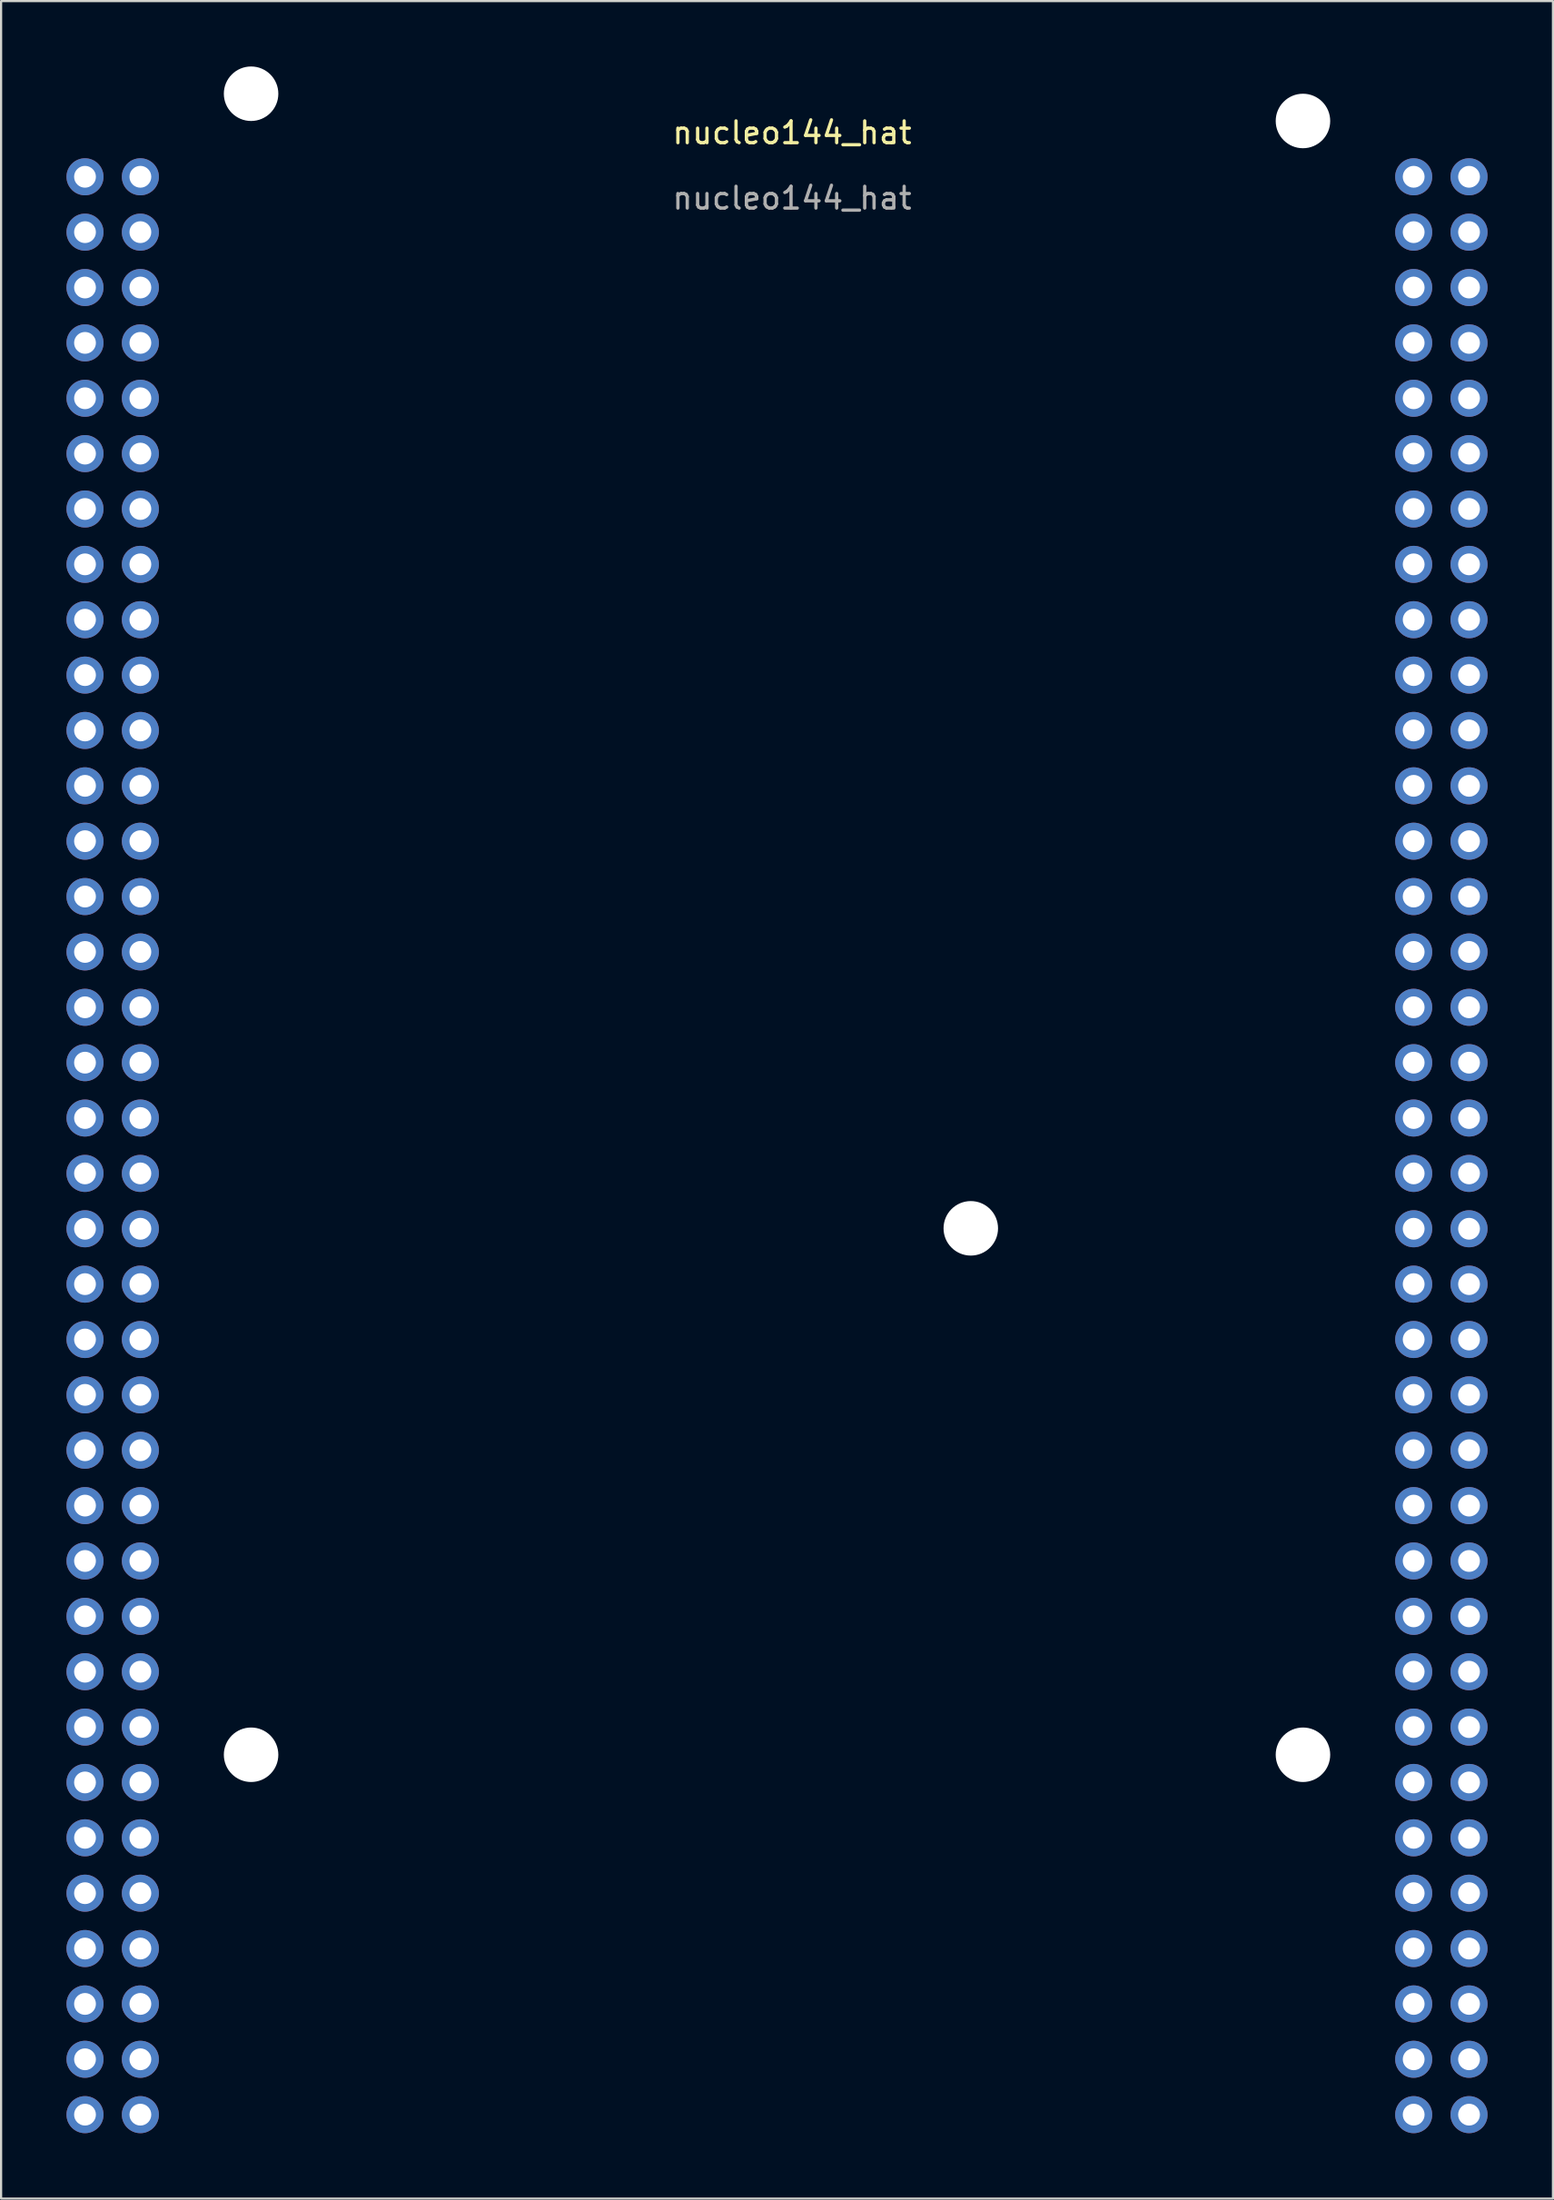
<source format=kicad_pcb>
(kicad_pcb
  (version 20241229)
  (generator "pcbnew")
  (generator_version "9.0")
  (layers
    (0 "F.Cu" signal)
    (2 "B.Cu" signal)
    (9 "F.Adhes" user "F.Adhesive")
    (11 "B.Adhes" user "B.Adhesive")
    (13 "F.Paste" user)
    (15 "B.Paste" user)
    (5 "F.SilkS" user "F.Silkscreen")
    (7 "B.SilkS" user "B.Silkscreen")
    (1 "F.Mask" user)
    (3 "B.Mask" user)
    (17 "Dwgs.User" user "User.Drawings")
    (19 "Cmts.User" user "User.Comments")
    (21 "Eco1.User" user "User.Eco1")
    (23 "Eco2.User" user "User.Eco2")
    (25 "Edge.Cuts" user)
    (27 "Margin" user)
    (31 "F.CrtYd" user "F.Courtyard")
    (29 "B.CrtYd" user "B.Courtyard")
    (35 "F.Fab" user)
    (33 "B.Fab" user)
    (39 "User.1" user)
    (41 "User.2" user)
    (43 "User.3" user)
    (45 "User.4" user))
  (footprint "nucleo144_hat"
    (layer "F.Cu")
    (at 33.29 3.54)
    (property "Reference" "nucleo144_hat" (at 0 -0.5 0) (unlocked yes) (layer "F.SilkS") (effects (font (size 1 1) (thickness 0.15))))
    (attr smd)
    (fp_text user "${REFERENCE}" (at 0 2.5 0) (unlocked yes) (layer "F.Fab") (effects (font (size 1 1) (thickness 0.15))))
    (pad "" np_thru_hole circle (at -24.82 -2.29) (size 2.5 2.5) (drill 2.5) (layers "*.Cu" "*.Mask"))
    (pad "" np_thru_hole circle (at -24.82 73.91) (size 2.5 2.5) (drill 2.5) (layers "*.Cu" "*.Mask"))
    (pad "" np_thru_hole circle (at 8.2 49.76) (size 2.5 2.5) (drill 2.5) (layers "*.Cu" "*.Mask"))
    (pad "" np_thru_hole circle (at 23.44 -1.04) (size 2.5 2.5) (drill 2.5) (layers "*.Cu" "*.Mask"))
    (pad "" np_thru_hole circle (at 23.44 73.91) (size 2.5 2.5) (drill 2.5) (layers "*.Cu" "*.Mask"))
    (pad "1" thru_hole circle (at -32.44 1.52) (size 1.7 1.7) (drill 1) (layers "*.Cu" "*.Mask"))
    (pad "2" thru_hole circle (at -29.9 1.52) (size 1.7 1.7) (drill 1) (layers "*.Cu" "*.Mask"))
    (pad "3" thru_hole circle (at -32.44 4.06) (size 1.7 1.7) (drill 1) (layers "*.Cu" "*.Mask"))
    (pad "4" thru_hole circle (at -29.9 4.06) (size 1.7 1.7) (drill 1) (layers "*.Cu" "*.Mask"))
    (pad "5" thru_hole circle (at -32.44 6.6) (size 1.7 1.7) (drill 1) (layers "*.Cu" "*.Mask"))
    (pad "6" thru_hole circle (at -29.9 6.6) (size 1.7 1.7) (drill 1) (layers "*.Cu" "*.Mask"))
    (pad "7" thru_hole circle (at -32.44 9.14) (size 1.7 1.7) (drill 1) (layers "*.Cu" "*.Mask"))
    (pad "8" thru_hole circle (at -29.9 9.14) (size 1.7 1.7) (drill 1) (layers "*.Cu" "*.Mask"))
    (pad "9" thru_hole circle (at -32.44 11.68) (size 1.7 1.7) (drill 1) (layers "*.Cu" "*.Mask"))
    (pad "10" thru_hole circle (at -29.9 11.68) (size 1.7 1.7) (drill 1) (layers "*.Cu" "*.Mask"))
    (pad "11" thru_hole circle (at -32.44 14.22) (size 1.7 1.7) (drill 1) (layers "*.Cu" "*.Mask"))
    (pad "12" thru_hole circle (at -29.9 14.22) (size 1.7 1.7) (drill 1) (layers "*.Cu" "*.Mask"))
    (pad "13" thru_hole circle (at -32.44 16.76) (size 1.7 1.7) (drill 1) (layers "*.Cu" "*.Mask"))
    (pad "14" thru_hole circle (at -29.9 16.76) (size 1.7 1.7) (drill 1) (layers "*.Cu" "*.Mask"))
    (pad "15" thru_hole circle (at -32.44 19.3) (size 1.7 1.7) (drill 1) (layers "*.Cu" "*.Mask"))
    (pad "16" thru_hole circle (at -29.9 19.3) (size 1.7 1.7) (drill 1) (layers "*.Cu" "*.Mask"))
    (pad "17" thru_hole circle (at -32.44 21.84) (size 1.7 1.7) (drill 1) (layers "*.Cu" "*.Mask"))
    (pad "18" thru_hole circle (at -29.9 21.84) (size 1.7 1.7) (drill 1) (layers "*.Cu" "*.Mask"))
    (pad "19" thru_hole circle (at -32.44 24.38) (size 1.7 1.7) (drill 1) (layers "*.Cu" "*.Mask"))
    (pad "20" thru_hole circle (at -29.9 24.38) (size 1.7 1.7) (drill 1) (layers "*.Cu" "*.Mask"))
    (pad "21" thru_hole circle (at -32.44 26.92) (size 1.7 1.7) (drill 1) (layers "*.Cu" "*.Mask"))
    (pad "22" thru_hole circle (at -29.9 26.92) (size 1.7 1.7) (drill 1) (layers "*.Cu" "*.Mask"))
    (pad "23" thru_hole circle (at -32.44 29.46) (size 1.7 1.7) (drill 1) (layers "*.Cu" "*.Mask"))
    (pad "24" thru_hole circle (at -29.9 29.46) (size 1.7 1.7) (drill 1) (layers "*.Cu" "*.Mask"))
    (pad "25" thru_hole circle (at -32.44 32) (size 1.7 1.7) (drill 1) (layers "*.Cu" "*.Mask"))
    (pad "26" thru_hole circle (at -29.9 32) (size 1.7 1.7) (drill 1) (layers "*.Cu" "*.Mask"))
    (pad "27" thru_hole circle (at -32.44 34.54) (size 1.7 1.7) (drill 1) (layers "*.Cu" "*.Mask"))
    (pad "28" thru_hole circle (at -29.9 34.54) (size 1.7 1.7) (drill 1) (layers "*.Cu" "*.Mask"))
    (pad "29" thru_hole circle (at -32.44 37.08) (size 1.7 1.7) (drill 1) (layers "*.Cu" "*.Mask"))
    (pad "30" thru_hole circle (at -29.9 37.08) (size 1.7 1.7) (drill 1) (layers "*.Cu" "*.Mask"))
    (pad "31" thru_hole circle (at -32.44 39.62) (size 1.7 1.7) (drill 1) (layers "*.Cu" "*.Mask"))
    (pad "32" thru_hole circle (at -29.9 39.62) (size 1.7 1.7) (drill 1) (layers "*.Cu" "*.Mask"))
    (pad "33" thru_hole circle (at -32.44 42.16) (size 1.7 1.7) (drill 1) (layers "*.Cu" "*.Mask"))
    (pad "34" thru_hole circle (at -29.9 42.16) (size 1.7 1.7) (drill 1) (layers "*.Cu" "*.Mask"))
    (pad "35" thru_hole circle (at -32.44 44.7) (size 1.7 1.7) (drill 1) (layers "*.Cu" "*.Mask"))
    (pad "36" thru_hole circle (at -29.9 44.7) (size 1.7 1.7) (drill 1) (layers "*.Cu" "*.Mask"))
    (pad "37" thru_hole circle (at -32.44 47.24) (size 1.7 1.7) (drill 1) (layers "*.Cu" "*.Mask"))
    (pad "38" thru_hole circle (at -29.9 47.24) (size 1.7 1.7) (drill 1) (layers "*.Cu" "*.Mask"))
    (pad "39" thru_hole circle (at -32.44 49.78) (size 1.7 1.7) (drill 1) (layers "*.Cu" "*.Mask"))
    (pad "40" thru_hole circle (at -29.9 49.78) (size 1.7 1.7) (drill 1) (layers "*.Cu" "*.Mask"))
    (pad "41" thru_hole circle (at -32.44 52.32) (size 1.7 1.7) (drill 1) (layers "*.Cu" "*.Mask"))
    (pad "42" thru_hole circle (at -29.9 52.32) (size 1.7 1.7) (drill 1) (layers "*.Cu" "*.Mask"))
    (pad "43" thru_hole circle (at -32.44 54.86) (size 1.7 1.7) (drill 1) (layers "*.Cu" "*.Mask"))
    (pad "44" thru_hole circle (at -29.9 54.86) (size 1.7 1.7) (drill 1) (layers "*.Cu" "*.Mask"))
    (pad "45" thru_hole circle (at -32.44 57.4) (size 1.7 1.7) (drill 1) (layers "*.Cu" "*.Mask"))
    (pad "46" thru_hole circle (at -29.9 57.4) (size 1.7 1.7) (drill 1) (layers "*.Cu" "*.Mask"))
    (pad "47" thru_hole circle (at -32.44 59.94) (size 1.7 1.7) (drill 1) (layers "*.Cu" "*.Mask"))
    (pad "48" thru_hole circle (at -29.9 59.94) (size 1.7 1.7) (drill 1) (layers "*.Cu" "*.Mask"))
    (pad "49" thru_hole circle (at -32.44 62.48) (size 1.7 1.7) (drill 1) (layers "*.Cu" "*.Mask"))
    (pad "50" thru_hole circle (at -29.9 62.48) (size 1.7 1.7) (drill 1) (layers "*.Cu" "*.Mask"))
    (pad "51" thru_hole circle (at -32.44 65.02) (size 1.7 1.7) (drill 1) (layers "*.Cu" "*.Mask"))
    (pad "52" thru_hole circle (at -29.9 65.02) (size 1.7 1.7) (drill 1) (layers "*.Cu" "*.Mask"))
    (pad "53" thru_hole circle (at -32.44 67.56) (size 1.7 1.7) (drill 1) (layers "*.Cu" "*.Mask"))
    (pad "54" thru_hole circle (at -29.9 67.56) (size 1.7 1.7) (drill 1) (layers "*.Cu" "*.Mask"))
    (pad "55" thru_hole circle (at -32.44 70.1) (size 1.7 1.7) (drill 1) (layers "*.Cu" "*.Mask"))
    (pad "56" thru_hole circle (at -29.9 70.1) (size 1.7 1.7) (drill 1) (layers "*.Cu" "*.Mask"))
    (pad "57" thru_hole circle (at -32.44 72.64) (size 1.7 1.7) (drill 1) (layers "*.Cu" "*.Mask"))
    (pad "58" thru_hole circle (at -29.9 72.64) (size 1.7 1.7) (drill 1) (layers "*.Cu" "*.Mask"))
    (pad "59" thru_hole circle (at -32.44 75.18) (size 1.7 1.7) (drill 1) (layers "*.Cu" "*.Mask"))
    (pad "60" thru_hole circle (at -29.9 75.18) (size 1.7 1.7) (drill 1) (layers "*.Cu" "*.Mask"))
    (pad "61" thru_hole circle (at -32.44 77.72) (size 1.7 1.7) (drill 1) (layers "*.Cu" "*.Mask"))
    (pad "62" thru_hole circle (at -29.9 77.72) (size 1.7 1.7) (drill 1) (layers "*.Cu" "*.Mask"))
    (pad "63" thru_hole circle (at -32.44 80.26) (size 1.7 1.7) (drill 1) (layers "*.Cu" "*.Mask"))
    (pad "64" thru_hole circle (at -29.9 80.26) (size 1.7 1.7) (drill 1) (layers "*.Cu" "*.Mask"))
    (pad "65" thru_hole circle (at -32.44 82.8) (size 1.7 1.7) (drill 1) (layers "*.Cu" "*.Mask"))
    (pad "66" thru_hole circle (at -29.9 82.8) (size 1.7 1.7) (drill 1) (layers "*.Cu" "*.Mask"))
    (pad "67" thru_hole circle (at -32.44 85.34) (size 1.7 1.7) (drill 1) (layers "*.Cu" "*.Mask"))
    (pad "68" thru_hole circle (at -29.9 85.34) (size 1.7 1.7) (drill 1) (layers "*.Cu" "*.Mask"))
    (pad "69" thru_hole circle (at -32.44 87.88) (size 1.7 1.7) (drill 1) (layers "*.Cu" "*.Mask"))
    (pad "70" thru_hole circle (at -29.9 87.88) (size 1.7 1.7) (drill 1) (layers "*.Cu" "*.Mask"))
    (pad "71" thru_hole circle (at -32.44 90.42) (size 1.7 1.7) (drill 1) (layers "*.Cu" "*.Mask"))
    (pad "72" thru_hole circle (at -29.9 90.42) (size 1.7 1.7) (drill 1) (layers "*.Cu" "*.Mask"))
    (pad "73" thru_hole circle (at 28.52 1.52) (size 1.7 1.7) (drill 1) (layers "*.Cu" "*.Mask"))
    (pad "74" thru_hole circle (at 31.06 1.52) (size 1.7 1.7) (drill 1) (layers "*.Cu" "*.Mask"))
    (pad "75" thru_hole circle (at 28.52 4.06) (size 1.7 1.7) (drill 1) (layers "*.Cu" "*.Mask"))
    (pad "76" thru_hole circle (at 31.06 4.06) (size 1.7 1.7) (drill 1) (layers "*.Cu" "*.Mask"))
    (pad "77" thru_hole circle (at 28.52 6.6) (size 1.7 1.7) (drill 1) (layers "*.Cu" "*.Mask"))
    (pad "78" thru_hole circle (at 31.06 6.6) (size 1.7 1.7) (drill 1) (layers "*.Cu" "*.Mask"))
    (pad "79" thru_hole circle (at 28.52 9.14) (size 1.7 1.7) (drill 1) (layers "*.Cu" "*.Mask"))
    (pad "80" thru_hole circle (at 31.06 9.14) (size 1.7 1.7) (drill 1) (layers "*.Cu" "*.Mask"))
    (pad "81" thru_hole circle (at 28.52 11.68) (size 1.7 1.7) (drill 1) (layers "*.Cu" "*.Mask"))
    (pad "82" thru_hole circle (at 31.06 11.68) (size 1.7 1.7) (drill 1) (layers "*.Cu" "*.Mask"))
    (pad "83" thru_hole circle (at 28.52 14.22) (size 1.7 1.7) (drill 1) (layers "*.Cu" "*.Mask"))
    (pad "84" thru_hole circle (at 31.06 14.22) (size 1.7 1.7) (drill 1) (layers "*.Cu" "*.Mask"))
    (pad "85" thru_hole circle (at 28.52 16.76) (size 1.7 1.7) (drill 1) (layers "*.Cu" "*.Mask"))
    (pad "86" thru_hole circle (at 31.06 16.76) (size 1.7 1.7) (drill 1) (layers "*.Cu" "*.Mask"))
    (pad "87" thru_hole circle (at 28.52 19.3) (size 1.7 1.7) (drill 1) (layers "*.Cu" "*.Mask"))
    (pad "88" thru_hole circle (at 31.06 19.3) (size 1.7 1.7) (drill 1) (layers "*.Cu" "*.Mask"))
    (pad "89" thru_hole circle (at 28.52 21.84) (size 1.7 1.7) (drill 1) (layers "*.Cu" "*.Mask"))
    (pad "90" thru_hole circle (at 31.06 21.84) (size 1.7 1.7) (drill 1) (layers "*.Cu" "*.Mask"))
    (pad "91" thru_hole circle (at 28.52 24.38) (size 1.7 1.7) (drill 1) (layers "*.Cu" "*.Mask"))
    (pad "92" thru_hole circle (at 31.06 24.38) (size 1.7 1.7) (drill 1) (layers "*.Cu" "*.Mask"))
    (pad "93" thru_hole circle (at 28.52 26.92) (size 1.7 1.7) (drill 1) (layers "*.Cu" "*.Mask"))
    (pad "94" thru_hole circle (at 31.06 26.92) (size 1.7 1.7) (drill 1) (layers "*.Cu" "*.Mask"))
    (pad "95" thru_hole circle (at 28.52 29.46) (size 1.7 1.7) (drill 1) (layers "*.Cu" "*.Mask"))
    (pad "96" thru_hole circle (at 31.06 29.46) (size 1.7 1.7) (drill 1) (layers "*.Cu" "*.Mask"))
    (pad "97" thru_hole circle (at 28.52 32) (size 1.7 1.7) (drill 1) (layers "*.Cu" "*.Mask"))
    (pad "98" thru_hole circle (at 31.06 32) (size 1.7 1.7) (drill 1) (layers "*.Cu" "*.Mask"))
    (pad "99" thru_hole circle (at 28.52 34.54) (size 1.7 1.7) (drill 1) (layers "*.Cu" "*.Mask"))
    (pad "100" thru_hole circle (at 31.06 34.54) (size 1.7 1.7) (drill 1) (layers "*.Cu" "*.Mask"))
    (pad "101" thru_hole circle (at 28.52 37.08) (size 1.7 1.7) (drill 1) (layers "*.Cu" "*.Mask"))
    (pad "102" thru_hole circle (at 31.06 37.08) (size 1.7 1.7) (drill 1) (layers "*.Cu" "*.Mask"))
    (pad "103" thru_hole circle (at 28.52 39.62) (size 1.7 1.7) (drill 1) (layers "*.Cu" "*.Mask"))
    (pad "104" thru_hole circle (at 31.06 39.62) (size 1.7 1.7) (drill 1) (layers "*.Cu" "*.Mask"))
    (pad "105" thru_hole circle (at 28.52 42.16) (size 1.7 1.7) (drill 1) (layers "*.Cu" "*.Mask"))
    (pad "106" thru_hole circle (at 31.06 42.16) (size 1.7 1.7) (drill 1) (layers "*.Cu" "*.Mask"))
    (pad "107" thru_hole circle (at 28.52 44.7) (size 1.7 1.7) (drill 1) (layers "*.Cu" "*.Mask"))
    (pad "108" thru_hole circle (at 31.06 44.7) (size 1.7 1.7) (drill 1) (layers "*.Cu" "*.Mask"))
    (pad "109" thru_hole circle (at 28.52 47.24) (size 1.7 1.7) (drill 1) (layers "*.Cu" "*.Mask"))
    (pad "110" thru_hole circle (at 31.06 47.24) (size 1.7 1.7) (drill 1) (layers "*.Cu" "*.Mask"))
    (pad "111" thru_hole circle (at 28.52 49.78) (size 1.7 1.7) (drill 1) (layers "*.Cu" "*.Mask"))
    (pad "112" thru_hole circle (at 31.06 49.78) (size 1.7 1.7) (drill 1) (layers "*.Cu" "*.Mask"))
    (pad "113" thru_hole circle (at 28.52 52.32) (size 1.7 1.7) (drill 1) (layers "*.Cu" "*.Mask"))
    (pad "114" thru_hole circle (at 31.06 52.32) (size 1.7 1.7) (drill 1) (layers "*.Cu" "*.Mask"))
    (pad "115" thru_hole circle (at 28.52 54.86) (size 1.7 1.7) (drill 1) (layers "*.Cu" "*.Mask"))
    (pad "116" thru_hole circle (at 31.06 54.86) (size 1.7 1.7) (drill 1) (layers "*.Cu" "*.Mask"))
    (pad "117" thru_hole circle (at 28.52 57.4) (size 1.7 1.7) (drill 1) (layers "*.Cu" "*.Mask"))
    (pad "118" thru_hole circle (at 31.06 57.4) (size 1.7 1.7) (drill 1) (layers "*.Cu" "*.Mask"))
    (pad "119" thru_hole circle (at 28.52 59.94) (size 1.7 1.7) (drill 1) (layers "*.Cu" "*.Mask"))
    (pad "120" thru_hole circle (at 31.06 59.94) (size 1.7 1.7) (drill 1) (layers "*.Cu" "*.Mask"))
    (pad "121" thru_hole circle (at 28.52 62.48) (size 1.7 1.7) (drill 1) (layers "*.Cu" "*.Mask"))
    (pad "122" thru_hole circle (at 31.06 62.48) (size 1.7 1.7) (drill 1) (layers "*.Cu" "*.Mask"))
    (pad "123" thru_hole circle (at 28.52 65.02) (size 1.7 1.7) (drill 1) (layers "*.Cu" "*.Mask"))
    (pad "124" thru_hole circle (at 31.06 65.02) (size 1.7 1.7) (drill 1) (layers "*.Cu" "*.Mask"))
    (pad "125" thru_hole circle (at 28.52 67.56) (size 1.7 1.7) (drill 1) (layers "*.Cu" "*.Mask"))
    (pad "126" thru_hole circle (at 31.06 67.56) (size 1.7 1.7) (drill 1) (layers "*.Cu" "*.Mask"))
    (pad "127" thru_hole circle (at 28.52 70.1) (size 1.7 1.7) (drill 1) (layers "*.Cu" "*.Mask"))
    (pad "128" thru_hole circle (at 31.06 70.1) (size 1.7 1.7) (drill 1) (layers "*.Cu" "*.Mask"))
    (pad "129" thru_hole circle (at 28.52 72.64) (size 1.7 1.7) (drill 1) (layers "*.Cu" "*.Mask"))
    (pad "130" thru_hole circle (at 31.06 72.64) (size 1.7 1.7) (drill 1) (layers "*.Cu" "*.Mask"))
    (pad "131" thru_hole circle (at 28.52 75.18) (size 1.7 1.7) (drill 1) (layers "*.Cu" "*.Mask"))
    (pad "132" thru_hole circle (at 31.06 75.18) (size 1.7 1.7) (drill 1) (layers "*.Cu" "*.Mask"))
    (pad "133" thru_hole circle (at 28.52 77.72) (size 1.7 1.7) (drill 1) (layers "*.Cu" "*.Mask"))
    (pad "134" thru_hole circle (at 31.06 77.72) (size 1.7 1.7) (drill 1) (layers "*.Cu" "*.Mask"))
    (pad "135" thru_hole circle (at 28.52 80.26) (size 1.7 1.7) (drill 1) (layers "*.Cu" "*.Mask"))
    (pad "136" thru_hole circle (at 31.06 80.26) (size 1.7 1.7) (drill 1) (layers "*.Cu" "*.Mask"))
    (pad "137" thru_hole circle (at 28.52 82.8) (size 1.7 1.7) (drill 1) (layers "*.Cu" "*.Mask"))
    (pad "138" thru_hole circle (at 31.06 82.8) (size 1.7 1.7) (drill 1) (layers "*.Cu" "*.Mask"))
    (pad "139" thru_hole circle (at 28.52 85.34) (size 1.7 1.7) (drill 1) (layers "*.Cu" "*.Mask"))
    (pad "140" thru_hole circle (at 31.06 85.34) (size 1.7 1.7) (drill 1) (layers "*.Cu" "*.Mask"))
    (pad "141" thru_hole circle (at 28.52 87.88) (size 1.7 1.7) (drill 1) (layers "*.Cu" "*.Mask"))
    (pad "142" thru_hole circle (at 31.06 87.88) (size 1.7 1.7) (drill 1) (layers "*.Cu" "*.Mask"))
    (pad "143" thru_hole circle (at 28.52 90.42) (size 1.7 1.7) (drill 1) (layers "*.Cu" "*.Mask"))
    (pad "144" thru_hole circle (at 31.06 90.42) (size 1.7 1.7) (drill 1) (layers "*.Cu" "*.Mask")))
  (gr_rect
    (start -3 -3)
    (end 68.2 97.81)
    (stroke (width 0.1) (type default))
    (fill no)
    (layer "Edge.Cuts")))
</source>
